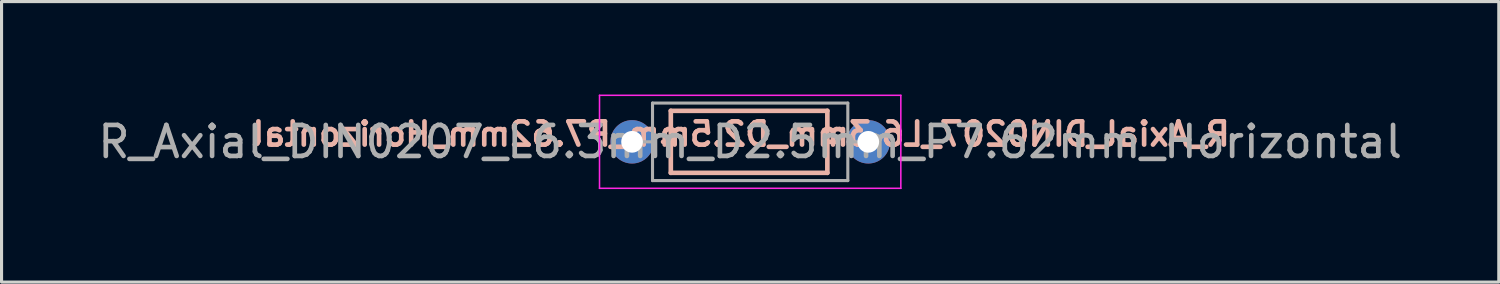
<source format=kicad_pcb>
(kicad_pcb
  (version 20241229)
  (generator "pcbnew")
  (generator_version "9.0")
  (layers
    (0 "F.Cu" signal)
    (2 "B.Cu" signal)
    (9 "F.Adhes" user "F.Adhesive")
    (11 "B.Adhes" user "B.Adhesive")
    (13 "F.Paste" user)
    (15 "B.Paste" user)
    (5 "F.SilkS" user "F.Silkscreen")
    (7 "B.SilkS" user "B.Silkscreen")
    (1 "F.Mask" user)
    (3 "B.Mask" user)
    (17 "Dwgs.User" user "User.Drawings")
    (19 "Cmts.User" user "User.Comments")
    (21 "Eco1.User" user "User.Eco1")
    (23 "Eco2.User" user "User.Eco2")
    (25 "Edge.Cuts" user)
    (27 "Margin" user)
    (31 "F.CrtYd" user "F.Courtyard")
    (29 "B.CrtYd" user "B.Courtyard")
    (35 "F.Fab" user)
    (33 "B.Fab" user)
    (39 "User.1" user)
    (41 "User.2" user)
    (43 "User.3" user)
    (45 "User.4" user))
  (footprint "R_Axial_DIN0207_L6.3mm_D2.5mm_P7.62mm_Horizontal"
    (layer "F.Cu")
    (at 17.339 1.525)
    (property "Reference" "R_Axial_DIN0207_L6.3mm_D2.5mm_P7.62mm_Horizontal" (at 3.5 -0.25 0) (layer "B.SilkS") (effects (font (size 0.75 0.75) (thickness 0.15)) (justify mirror)))
    (attr through_hole)
    (fp_line (start 1.25 -1) (end 6.3 -1) (stroke (width 0.15) (type solid)) (layer "B.SilkS"))
    (fp_line (start 1.25 0) (end 1 0) (stroke (width 0.15) (type solid)) (layer "B.SilkS"))
    (fp_line (start 1.25 1) (end 1.25 -1) (stroke (width 0.15) (type solid)) (layer "B.SilkS"))
    (fp_line (start 6.3 -1) (end 6.3 1) (stroke (width 0.15) (type solid)) (layer "B.SilkS"))
    (fp_line (start 6.3 1) (end 1.25 1) (stroke (width 0.15) (type solid)) (layer "B.SilkS"))
    (fp_line (start 6.35 0) (end 6.6 0) (stroke (width 0.15) (type solid)) (layer "B.SilkS"))
    (fp_line (start -1.05 -1.5) (end -1.05 1.5) (stroke (width 0.05) (type solid)) (layer "F.CrtYd"))
    (fp_line (start -1.05 1.5) (end 8.67 1.5) (stroke (width 0.05) (type solid)) (layer "F.CrtYd"))
    (fp_line (start 8.67 -1.5) (end -1.05 -1.5) (stroke (width 0.05) (type solid)) (layer "F.CrtYd"))
    (fp_line (start 8.67 1.5) (end 8.67 -1.5) (stroke (width 0.05) (type solid)) (layer "F.CrtYd"))
    (fp_line (start 0 0) (end 0.66 0) (stroke (width 0.1) (type solid)) (layer "F.Fab"))
    (fp_line (start 0.66 -1.25) (end 0.66 1.25) (stroke (width 0.1) (type solid)) (layer "F.Fab"))
    (fp_line (start 0.66 1.25) (end 6.96 1.25) (stroke (width 0.1) (type solid)) (layer "F.Fab"))
    (fp_line (start 6.96 -1.25) (end 0.66 -1.25) (stroke (width 0.1) (type solid)) (layer "F.Fab"))
    (fp_line (start 6.96 1.25) (end 6.96 -1.25) (stroke (width 0.1) (type solid)) (layer "F.Fab"))
    (fp_line (start 7.62 0) (end 6.96 0) (stroke (width 0.1) (type solid)) (layer "F.Fab"))
    (fp_text user "${REFERENCE}" (at 3.81 0 0) (layer "F.Fab") (effects (font (size 1 1) (thickness 0.15))))
    (pad "1" thru_hole circle (at 0 0) (size 1.4 1.4) (drill 0.7) (layers "*.Cu" "*.Mask"))
    (pad "2" thru_hole circle (at 7.62 0) (size 1.4 1.4) (drill 0.7) (layers "*.Cu" "*.Mask")))
  (gr_rect
    (start -3 -3)
    (end 45.298 6.05)
    (stroke (width 0.1) (type default))
    (fill no)
    (layer "Edge.Cuts")))
</source>
